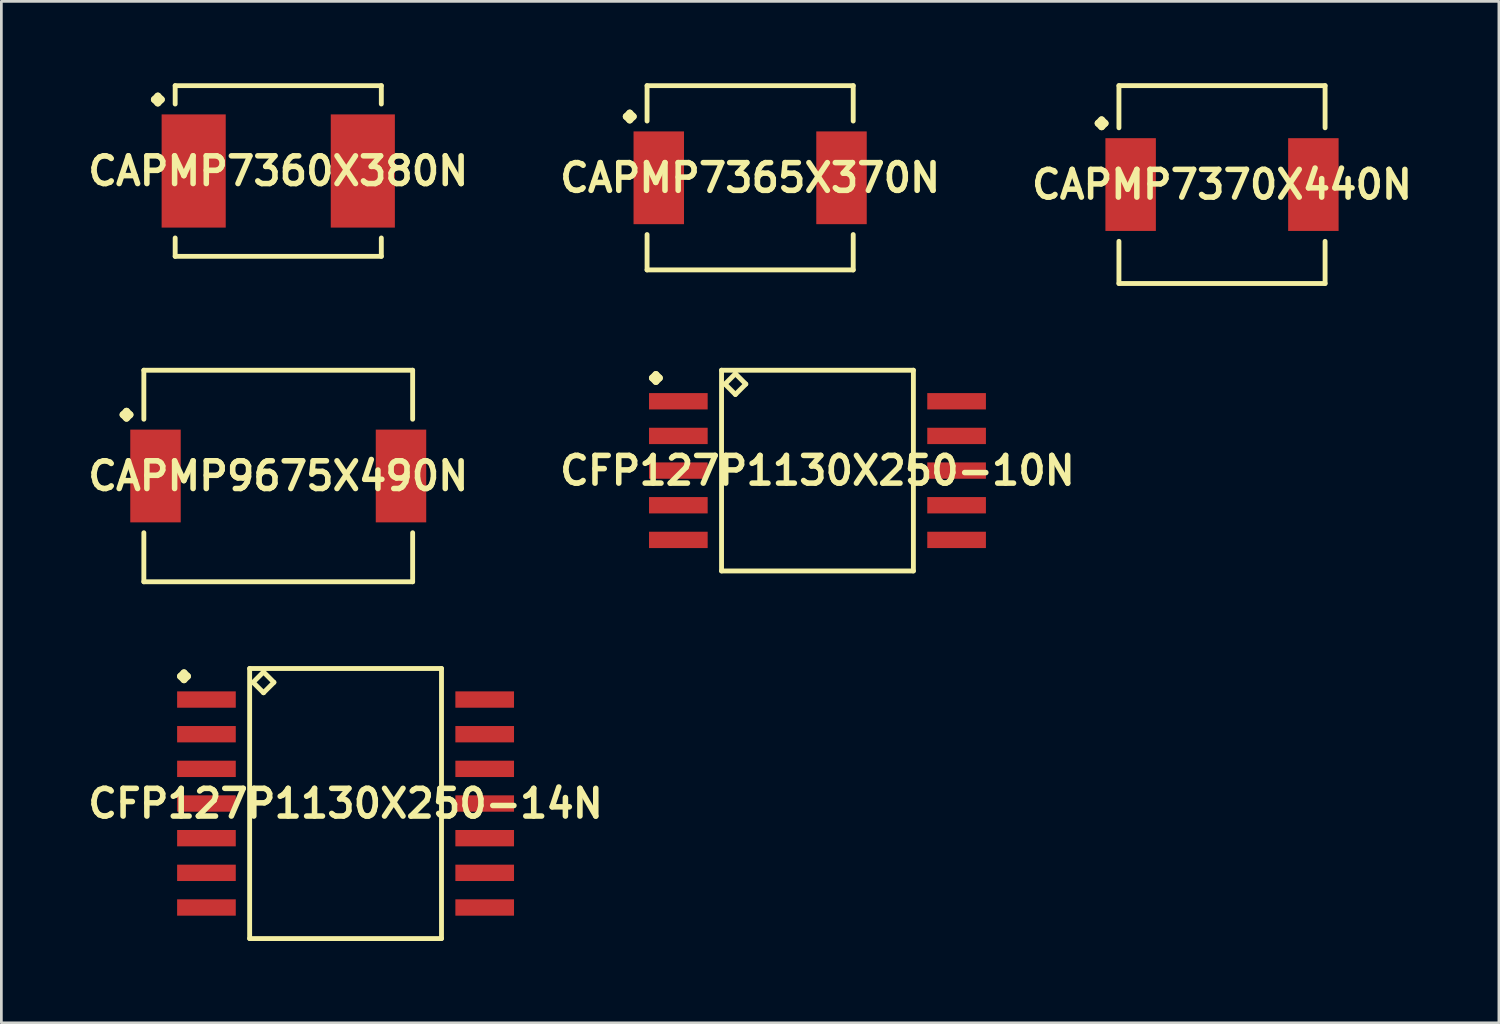
<source format=kicad_pcb>
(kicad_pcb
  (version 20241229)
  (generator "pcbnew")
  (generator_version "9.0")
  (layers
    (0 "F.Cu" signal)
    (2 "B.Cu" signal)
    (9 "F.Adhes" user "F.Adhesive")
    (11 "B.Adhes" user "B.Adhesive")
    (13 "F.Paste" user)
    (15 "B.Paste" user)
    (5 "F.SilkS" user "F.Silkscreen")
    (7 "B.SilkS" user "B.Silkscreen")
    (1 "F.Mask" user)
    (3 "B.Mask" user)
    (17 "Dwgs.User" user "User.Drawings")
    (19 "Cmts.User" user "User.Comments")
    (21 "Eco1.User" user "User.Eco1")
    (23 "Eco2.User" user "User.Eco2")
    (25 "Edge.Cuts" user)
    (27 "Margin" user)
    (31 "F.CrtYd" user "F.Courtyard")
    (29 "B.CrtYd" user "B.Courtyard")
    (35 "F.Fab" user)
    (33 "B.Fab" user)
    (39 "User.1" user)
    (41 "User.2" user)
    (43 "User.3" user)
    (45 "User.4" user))
  (footprint "CAPMP7365X370N"
    (layer "F.Cu")
    (at 24.438 3.465)
    (property "Reference" "CAPMP7365X370N" (at 0 0 0) (layer "F.SilkS") (effects (font (size 1.016 1.016) (thickness 0.203))))
    (attr smd)
    (fp_line (start -4.539 -2.245) (end -4.412 -2.372) (stroke (width 0.254) (type solid)) (layer "F.SilkS"))
    (fp_line (start -4.412 -2.372) (end -4.285 -2.245) (stroke (width 0.254) (type solid)) (layer "F.SilkS"))
    (fp_line (start -4.412 -2.118) (end -4.539 -2.245) (stroke (width 0.254) (type solid)) (layer "F.SilkS"))
    (fp_line (start -4.285 -2.245) (end -4.412 -2.118) (stroke (width 0.254) (type solid)) (layer "F.SilkS"))
    (fp_line (start -3.777 -3.376) (end 3.777 -3.376) (stroke (width 0.178) (type solid)) (layer "F.SilkS"))
    (fp_line (start -3.777 -2.08) (end -3.777 -3.376) (stroke (width 0.178) (type solid)) (layer "F.SilkS"))
    (fp_line (start -3.777 2.08) (end -3.777 3.376) (stroke (width 0.178) (type solid)) (layer "F.SilkS"))
    (fp_line (start -3.777 3.376) (end 3.777 3.376) (stroke (width 0.178) (type solid)) (layer "F.SilkS"))
    (fp_line (start 3.777 -3.376) (end 3.777 -2.08) (stroke (width 0.178) (type solid)) (layer "F.SilkS"))
    (fp_line (start 3.777 3.376) (end 3.777 2.08) (stroke (width 0.178) (type solid)) (layer "F.SilkS"))
    (pad "1" smd rect (at -3.348 0) (size 1.849 3.399) (layers "F.Cu" "F.Mask" "F.Paste"))
    (pad "2" smd rect (at 3.348 0) (size 1.849 3.399) (layers "F.Cu" "F.Mask" "F.Paste")))
  (footprint "CFP127P1130X250-14N"
    (layer "F.Cu")
    (at 9.613 26.394)
    (property "Reference" "CFP127P1130X250-14N" (at 0 0 0) (layer "F.SilkS") (effects (font (size 1.016 1.016) (thickness 0.203))))
    (attr smd)
    (fp_line (start -6.048 -4.663) (end -5.921 -4.79) (stroke (width 0.254) (type solid)) (layer "F.SilkS"))
    (fp_line (start -5.921 -4.79) (end -5.794 -4.663) (stroke (width 0.254) (type solid)) (layer "F.SilkS"))
    (fp_line (start -5.921 -4.536) (end -6.048 -4.663) (stroke (width 0.254) (type solid)) (layer "F.SilkS"))
    (fp_line (start -5.794 -4.663) (end -5.921 -4.536) (stroke (width 0.254) (type solid)) (layer "F.SilkS"))
    (fp_line (start -3.515 -4.948) (end -3.515 4.948) (stroke (width 0.178) (type solid)) (layer "F.SilkS"))
    (fp_line (start -3.515 4.948) (end 3.515 4.948) (stroke (width 0.178) (type solid)) (layer "F.SilkS"))
    (fp_line (start -3.388 -4.44) (end -3.007 -4.821) (stroke (width 0.178) (type solid)) (layer "F.SilkS"))
    (fp_line (start -3.007 -4.821) (end -2.626 -4.44) (stroke (width 0.178) (type solid)) (layer "F.SilkS"))
    (fp_line (start -3.007 -4.059) (end -3.388 -4.44) (stroke (width 0.178) (type solid)) (layer "F.SilkS"))
    (fp_line (start -2.626 -4.44) (end -3.007 -4.059) (stroke (width 0.178) (type solid)) (layer "F.SilkS"))
    (fp_line (start 3.515 -4.948) (end -3.515 -4.948) (stroke (width 0.178) (type solid)) (layer "F.SilkS"))
    (fp_line (start 3.515 4.948) (end 3.515 -4.948) (stroke (width 0.178) (type solid)) (layer "F.SilkS"))
    (pad "1" smd rect (at -5.098 -3.81) (size 2.149 0.599) (layers "F.Cu" "F.Mask" "F.Paste"))
    (pad "2" smd rect (at -5.098 -2.54) (size 2.149 0.599) (layers "F.Cu" "F.Mask" "F.Paste"))
    (pad "3" smd rect (at -5.098 -1.27) (size 2.149 0.599) (layers "F.Cu" "F.Mask" "F.Paste"))
    (pad "4" smd rect (at -5.098 0) (size 2.149 0.599) (layers "F.Cu" "F.Mask" "F.Paste"))
    (pad "5" smd rect (at -5.098 1.27) (size 2.149 0.599) (layers "F.Cu" "F.Mask" "F.Paste"))
    (pad "6" smd rect (at -5.098 2.54) (size 2.149 0.599) (layers "F.Cu" "F.Mask" "F.Paste"))
    (pad "7" smd rect (at -5.098 3.81) (size 2.149 0.599) (layers "F.Cu" "F.Mask" "F.Paste"))
    (pad "8" smd rect (at 5.098 3.81) (size 2.149 0.599) (layers "F.Cu" "F.Mask" "F.Paste"))
    (pad "9" smd rect (at 5.098 2.54) (size 2.149 0.599) (layers "F.Cu" "F.Mask" "F.Paste"))
    (pad "10" smd rect (at 5.098 1.27) (size 2.149 0.599) (layers "F.Cu" "F.Mask" "F.Paste"))
    (pad "11" smd rect (at 5.098 0) (size 2.149 0.599) (layers "F.Cu" "F.Mask" "F.Paste"))
    (pad "12" smd rect (at 5.098 -1.27) (size 2.149 0.599) (layers "F.Cu" "F.Mask" "F.Paste"))
    (pad "13" smd rect (at 5.098 -2.54) (size 2.149 0.599) (layers "F.Cu" "F.Mask" "F.Paste"))
    (pad "14" smd rect (at 5.098 -3.81) (size 2.149 0.599) (layers "F.Cu" "F.Mask" "F.Paste")))
  (footprint "CAPMP7370X440N"
    (layer "F.Cu")
    (at 41.729 3.713)
    (property "Reference" "CAPMP7370X440N" (at 0 0 0) (layer "F.SilkS") (effects (font (size 1.016 1.016) (thickness 0.203))))
    (attr smd)
    (fp_line (start -4.539 -2.245) (end -4.412 -2.372) (stroke (width 0.254) (type solid)) (layer "F.SilkS"))
    (fp_line (start -4.412 -2.372) (end -4.285 -2.245) (stroke (width 0.254) (type solid)) (layer "F.SilkS"))
    (fp_line (start -4.412 -2.118) (end -4.539 -2.245) (stroke (width 0.254) (type solid)) (layer "F.SilkS"))
    (fp_line (start -4.285 -2.245) (end -4.412 -2.118) (stroke (width 0.254) (type solid)) (layer "F.SilkS"))
    (fp_line (start -3.777 -3.625) (end 3.777 -3.625) (stroke (width 0.178) (type solid)) (layer "F.SilkS"))
    (fp_line (start -3.777 -2.08) (end -3.777 -3.625) (stroke (width 0.178) (type solid)) (layer "F.SilkS"))
    (fp_line (start -3.777 2.08) (end -3.777 3.625) (stroke (width 0.178) (type solid)) (layer "F.SilkS"))
    (fp_line (start -3.777 3.625) (end 3.777 3.625) (stroke (width 0.178) (type solid)) (layer "F.SilkS"))
    (fp_line (start 3.777 -3.625) (end 3.777 -2.08) (stroke (width 0.178) (type solid)) (layer "F.SilkS"))
    (fp_line (start 3.777 3.625) (end 3.777 2.08) (stroke (width 0.178) (type solid)) (layer "F.SilkS"))
    (pad "1" smd rect (at -3.348 0) (size 1.849 3.399) (layers "F.Cu" "F.Mask" "F.Paste"))
    (pad "2" smd rect (at 3.348 0) (size 1.849 3.399) (layers "F.Cu" "F.Mask" "F.Paste")))
  (footprint "CAPMP9675X490N"
    (layer "F.Cu")
    (at 7.146 14.392)
    (property "Reference" "CAPMP9675X490N" (at 0 0 0) (layer "F.SilkS") (effects (font (size 1.016 1.016) (thickness 0.203))))
    (attr smd)
    (fp_line (start -5.687 -2.245) (end -5.56 -2.372) (stroke (width 0.254) (type solid)) (layer "F.SilkS"))
    (fp_line (start -5.56 -2.372) (end -5.433 -2.245) (stroke (width 0.254) (type solid)) (layer "F.SilkS"))
    (fp_line (start -5.56 -2.118) (end -5.687 -2.245) (stroke (width 0.254) (type solid)) (layer "F.SilkS"))
    (fp_line (start -5.433 -2.245) (end -5.56 -2.118) (stroke (width 0.254) (type solid)) (layer "F.SilkS"))
    (fp_line (start -4.925 -3.876) (end 4.925 -3.876) (stroke (width 0.178) (type solid)) (layer "F.SilkS"))
    (fp_line (start -4.925 -2.08) (end -4.925 -3.876) (stroke (width 0.178) (type solid)) (layer "F.SilkS"))
    (fp_line (start -4.925 2.08) (end -4.925 3.876) (stroke (width 0.178) (type solid)) (layer "F.SilkS"))
    (fp_line (start -4.925 3.876) (end 4.925 3.876) (stroke (width 0.178) (type solid)) (layer "F.SilkS"))
    (fp_line (start 4.925 -3.876) (end 4.925 -2.08) (stroke (width 0.178) (type solid)) (layer "F.SilkS"))
    (fp_line (start 4.925 3.876) (end 4.925 2.08) (stroke (width 0.178) (type solid)) (layer "F.SilkS"))
    (pad "1" smd rect (at -4.498 0) (size 1.849 3.399) (layers "F.Cu" "F.Mask" "F.Paste"))
    (pad "2" smd rect (at 4.498 0) (size 1.849 3.399) (layers "F.Cu" "F.Mask" "F.Paste")))
  (footprint "CAPMP7360X380N"
    (layer "F.Cu")
    (at 7.146 3.216)
    (property "Reference" "CAPMP7360X380N" (at 0 0 0) (layer "F.SilkS") (effects (font (size 1.016 1.016) (thickness 0.203))))
    (attr smd)
    (fp_line (start -4.539 -2.619) (end -4.412 -2.746) (stroke (width 0.254) (type solid)) (layer "F.SilkS"))
    (fp_line (start -4.412 -2.746) (end -4.285 -2.619) (stroke (width 0.254) (type solid)) (layer "F.SilkS"))
    (fp_line (start -4.412 -2.492) (end -4.539 -2.619) (stroke (width 0.254) (type solid)) (layer "F.SilkS"))
    (fp_line (start -4.285 -2.619) (end -4.412 -2.492) (stroke (width 0.254) (type solid)) (layer "F.SilkS"))
    (fp_line (start -3.777 -3.127) (end 3.777 -3.127) (stroke (width 0.178) (type solid)) (layer "F.SilkS"))
    (fp_line (start -3.777 -2.454) (end -3.777 -3.127) (stroke (width 0.178) (type solid)) (layer "F.SilkS"))
    (fp_line (start -3.777 2.454) (end -3.777 3.127) (stroke (width 0.178) (type solid)) (layer "F.SilkS"))
    (fp_line (start -3.777 3.127) (end 3.777 3.127) (stroke (width 0.178) (type solid)) (layer "F.SilkS"))
    (fp_line (start 3.777 -3.127) (end 3.777 -2.454) (stroke (width 0.178) (type solid)) (layer "F.SilkS"))
    (fp_line (start 3.777 3.127) (end 3.777 2.454) (stroke (width 0.178) (type solid)) (layer "F.SilkS"))
    (pad "1" smd rect (at -3.099 0) (size 2.349 4.148) (layers "F.Cu" "F.Mask" "F.Paste"))
    (pad "2" smd rect (at 3.099 0) (size 2.349 4.148) (layers "F.Cu" "F.Mask" "F.Paste")))
  (footprint "CFP127P1130X250-10N"
    (layer "F.Cu")
    (at 26.905 14.194)
    (property "Reference" "CFP127P1130X250-10N" (at 0 0 0) (layer "F.SilkS") (effects (font (size 1.016 1.016) (thickness 0.203))))
    (attr smd)
    (fp_line (start -6.048 -3.393) (end -5.921 -3.52) (stroke (width 0.254) (type solid)) (layer "F.SilkS"))
    (fp_line (start -5.921 -3.52) (end -5.794 -3.393) (stroke (width 0.254) (type solid)) (layer "F.SilkS"))
    (fp_line (start -5.921 -3.266) (end -6.048 -3.393) (stroke (width 0.254) (type solid)) (layer "F.SilkS"))
    (fp_line (start -5.794 -3.393) (end -5.921 -3.266) (stroke (width 0.254) (type solid)) (layer "F.SilkS"))
    (fp_line (start -3.515 -3.678) (end -3.515 3.678) (stroke (width 0.178) (type solid)) (layer "F.SilkS"))
    (fp_line (start -3.515 3.678) (end 3.515 3.678) (stroke (width 0.178) (type solid)) (layer "F.SilkS"))
    (fp_line (start -3.388 -3.17) (end -3.007 -3.551) (stroke (width 0.178) (type solid)) (layer "F.SilkS"))
    (fp_line (start -3.007 -3.551) (end -2.626 -3.17) (stroke (width 0.178) (type solid)) (layer "F.SilkS"))
    (fp_line (start -3.007 -2.789) (end -3.388 -3.17) (stroke (width 0.178) (type solid)) (layer "F.SilkS"))
    (fp_line (start -2.626 -3.17) (end -3.007 -2.789) (stroke (width 0.178) (type solid)) (layer "F.SilkS"))
    (fp_line (start 3.515 -3.678) (end -3.515 -3.678) (stroke (width 0.178) (type solid)) (layer "F.SilkS"))
    (fp_line (start 3.515 3.678) (end 3.515 -3.678) (stroke (width 0.178) (type solid)) (layer "F.SilkS"))
    (pad "1" smd rect (at -5.098 -2.54) (size 2.149 0.599) (layers "F.Cu" "F.Mask" "F.Paste"))
    (pad "2" smd rect (at -5.098 -1.27) (size 2.149 0.599) (layers "F.Cu" "F.Mask" "F.Paste"))
    (pad "3" smd rect (at -5.098 0) (size 2.149 0.599) (layers "F.Cu" "F.Mask" "F.Paste"))
    (pad "4" smd rect (at -5.098 1.27) (size 2.149 0.599) (layers "F.Cu" "F.Mask" "F.Paste"))
    (pad "5" smd rect (at -5.098 2.54) (size 2.149 0.599) (layers "F.Cu" "F.Mask" "F.Paste"))
    (pad "6" smd rect (at 5.098 2.54) (size 2.149 0.599) (layers "F.Cu" "F.Mask" "F.Paste"))
    (pad "7" smd rect (at 5.098 1.27) (size 2.149 0.599) (layers "F.Cu" "F.Mask" "F.Paste"))
    (pad "8" smd rect (at 5.098 0) (size 2.149 0.599) (layers "F.Cu" "F.Mask" "F.Paste"))
    (pad "9" smd rect (at 5.098 -1.27) (size 2.149 0.599) (layers "F.Cu" "F.Mask" "F.Paste"))
    (pad "10" smd rect (at 5.098 -2.54) (size 2.149 0.599) (layers "F.Cu" "F.Mask" "F.Paste")))
  (gr_rect
    (start -3 -3)
    (end 51.875 34.43)
    (stroke (width 0.1) (type default))
    (fill no)
    (layer "Edge.Cuts")))
</source>
